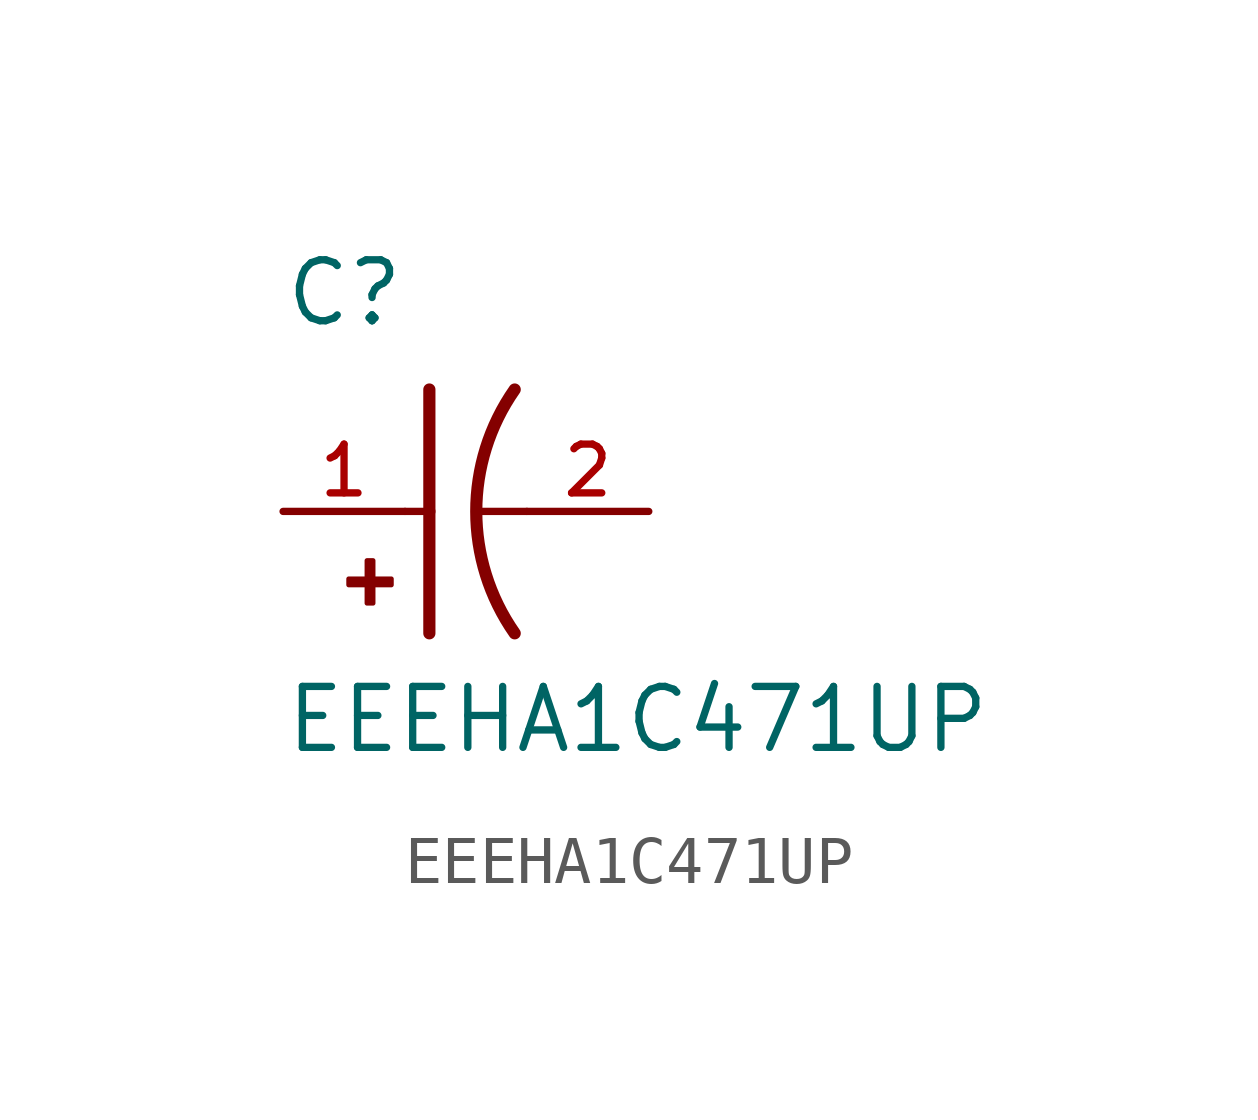
<source format=kicad_sym>
(kicad_symbol_lib
  (version 20211014)
  (generator kicad_symbol_editor)
  (symbol "EEEHA1C471UP"
    (pin_names
      (offset 1.016))
    (property "Reference" "C"
      (at -2.54 3.81 0)
      (effects (font (size 1.27 1.27)) (justify bottom left)))
    (property "Value" "EEEHA1C471UP"
      (at -2.54 -5.08 0)
      (effects (font (size 1.27 1.27)) (justify bottom left)))
    (symbol "EEEHA1C471UP_0_0"
      (arc (start 2.286 -2.54) (mid 1.4851 -0.0) (end 2.286 2.54) (stroke (width 0.254) (type default) (color 0 0 0 0)) (fill (type none)))
      (polyline (pts (xy 0.508 2.54) (xy 0.508 0.0)) (stroke (width 0.254)))
      (rectangle (start -1.173 -1.532) (end -0.284 -1.405) (stroke (width 0.1)) (fill (type outline)))
      (rectangle (start -0.792 -1.913) (end -0.665 -1.024) (stroke (width 0.1)) (fill (type outline)))
      (polyline (pts (xy 0.508 0.0) (xy 0.508 -2.54)) (stroke (width 0.254)))
      (polyline (pts (xy 0.0 0.0) (xy 0.508 0.0)) (stroke (width 0.152)))
      (polyline (pts (xy 2.54 0.0) (xy 1.524 0.0)) (stroke (width 0.152)))
      (pin passive line (at -2.54 0.0 0) (length 2.54) (name "~" (effects (font (size 1.016 1.016)))) (number "1" (effects (font (size 1.016 1.016)))))
      (pin passive line (at 5.08 0.0 180.0) (length 2.54) (name "~" (effects (font (size 1.016 1.016)))) (number "2" (effects (font (size 1.016 1.016))))))))
</source>
